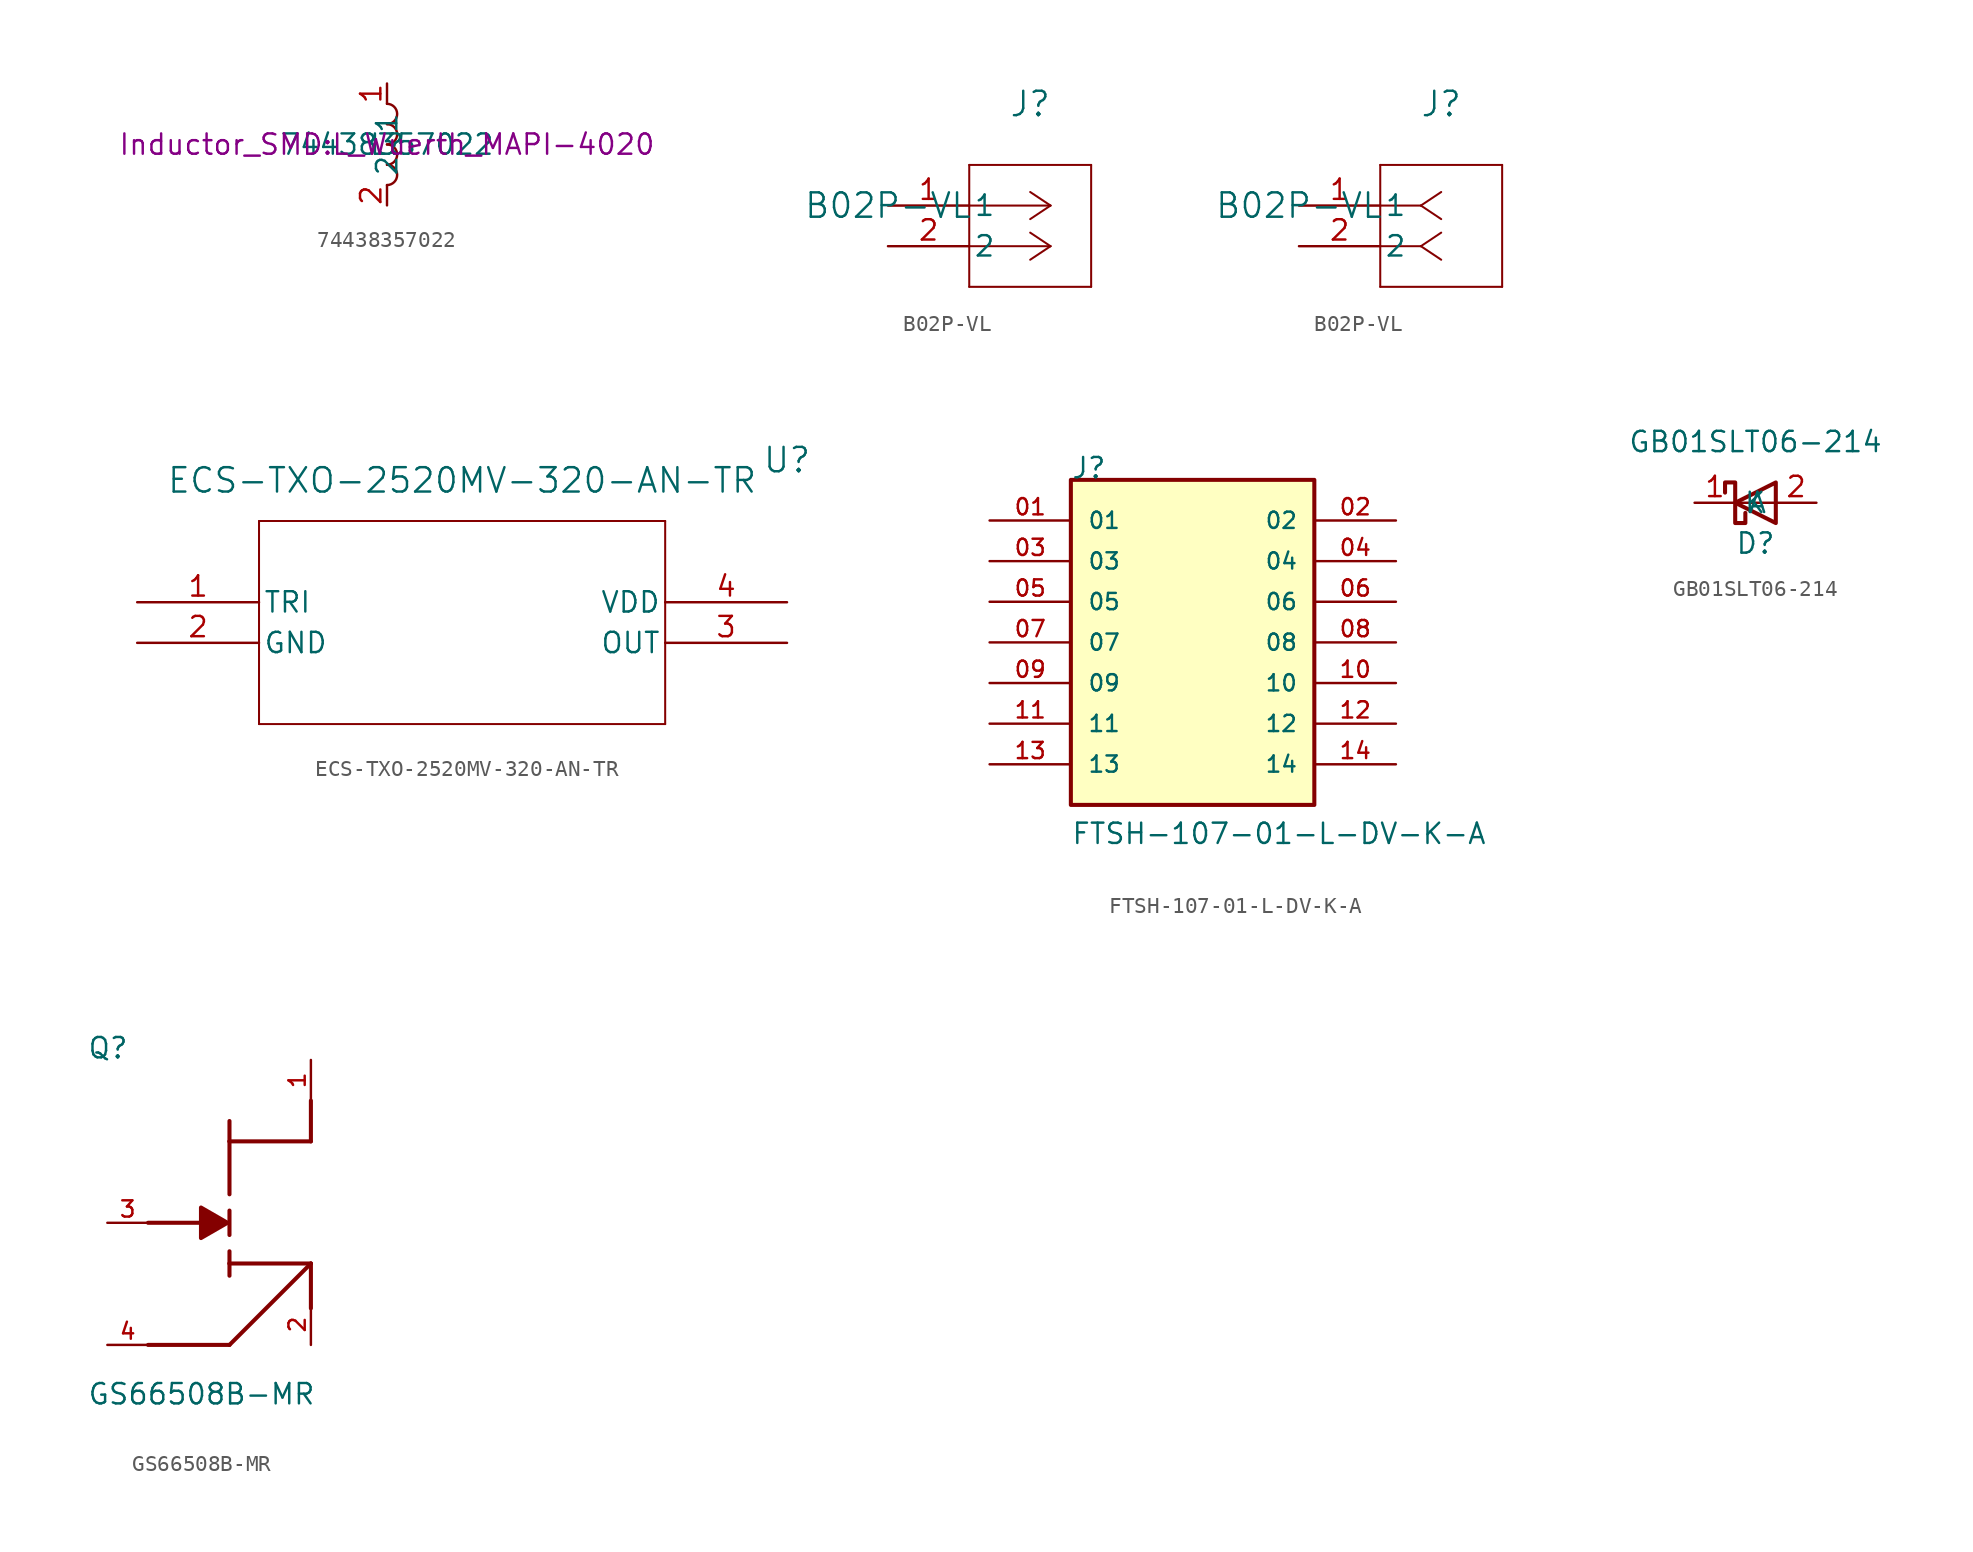
<source format=kicad_sym>
(kicad_symbol_lib
  (version 20220914)
  (generator kicad_symbol_editor)
  (symbol "74438357022"
    (property "Reference" "L"
      (at 0 0 0)
      (effects (font (size 1.27 1.27))))
    (property "Value" "74438357022"
      (at 0 0 0)
      (effects (font (size 1.27 1.27))))
    (property "Footprint" "Inductor_SMD:L_Wuerth_MAPI-4020"
      (at 0 0 0)
      (effects (font (size 1.27 1.27))))
    (symbol "74438357022_0_1"
      (arc (start 0 -2.54) (mid 0.6323 -1.905) (end 0 -1.27) (stroke (width 0) (type default)) (fill (type none)))
      (arc (start 0 -1.27) (mid 0.6323 -0.635) (end 0 0) (stroke (width 0) (type default)) (fill (type none)))
      (arc (start 0 0) (mid 0.6323 0.635) (end 0 1.27) (stroke (width 0) (type default)) (fill (type none)))
      (arc (start 0 1.27) (mid 0.6323 1.905) (end 0 2.54) (stroke (width 0) (type default)) (fill (type none))))
    (symbol "74438357022_1_1"
      (pin passive line (at 0 3.81 270) (length 1.27) (name "1" (effects (font (size 1.27 1.27)))) (number "1" (effects (font (size 1.27 1.27)))))
      (pin passive line (at 0 -3.81 90) (length 1.27) (name "2" (effects (font (size 1.27 1.27)))) (number "2" (effects (font (size 1.27 1.27)))))))
  (symbol "B02P-VL"
    (pin_names
      (offset 0.254))
    (property "Reference" "J"
      (at 8.89 6.35 0)
      (effects (font (size 1.524 1.524))))
    (property "Value" "B02P-VL"
      (at 0 0 0)
      (effects (font (size 1.524 1.524))))
    (property "ki_locked" ""
      (at 0 0 0)
      (effects (font (size 1.27 1.27))))
    (symbol "B02P-VL_1_1"
      (polyline (pts (xy 5.08 -5.08) (xy 12.7 -5.08)) (stroke (width 0.127) (type default)) (fill (type none)))
      (polyline (pts (xy 5.08 2.54) (xy 5.08 -5.08)) (stroke (width 0.127) (type default)) (fill (type none)))
      (polyline (pts (xy 10.16 -2.54) (xy 5.08 -2.54)) (stroke (width 0.127) (type default)) (fill (type none)))
      (polyline (pts (xy 10.16 -2.54) (xy 8.89 -3.387)) (stroke (width 0.127) (type default)) (fill (type none)))
      (polyline (pts (xy 10.16 -2.54) (xy 8.89 -1.693)) (stroke (width 0.127) (type default)) (fill (type none)))
      (polyline (pts (xy 10.16 0) (xy 5.08 0)) (stroke (width 0.127) (type default)) (fill (type none)))
      (polyline (pts (xy 10.16 0) (xy 8.89 -0.847)) (stroke (width 0.127) (type default)) (fill (type none)))
      (polyline (pts (xy 10.16 0) (xy 8.89 0.847)) (stroke (width 0.127) (type default)) (fill (type none)))
      (polyline (pts (xy 12.7 -5.08) (xy 12.7 2.54)) (stroke (width 0.127) (type default)) (fill (type none)))
      (polyline (pts (xy 12.7 2.54) (xy 5.08 2.54)) (stroke (width 0.127) (type default)) (fill (type none)))
      (pin unspecified line (at 0 0 0) (length 5.08) (name "1" (effects (font (size 1.27 1.27)))) (number "1" (effects (font (size 1.27 1.27)))))
      (pin unspecified line (at 0 -2.54 0) (length 5.08) (name "2" (effects (font (size 1.27 1.27)))) (number "2" (effects (font (size 1.27 1.27))))))
    (symbol "B02P-VL_1_2"
      (polyline (pts (xy 5.08 -5.08) (xy 12.7 -5.08)) (stroke (width 0.127) (type default)) (fill (type none)))
      (polyline (pts (xy 5.08 2.54) (xy 5.08 -5.08)) (stroke (width 0.127) (type default)) (fill (type none)))
      (polyline (pts (xy 7.62 -2.54) (xy 5.08 -2.54)) (stroke (width 0.127) (type default)) (fill (type none)))
      (polyline (pts (xy 7.62 -2.54) (xy 8.89 -3.387)) (stroke (width 0.127) (type default)) (fill (type none)))
      (polyline (pts (xy 7.62 -2.54) (xy 8.89 -1.693)) (stroke (width 0.127) (type default)) (fill (type none)))
      (polyline (pts (xy 7.62 0) (xy 5.08 0)) (stroke (width 0.127) (type default)) (fill (type none)))
      (polyline (pts (xy 7.62 0) (xy 8.89 -0.847)) (stroke (width 0.127) (type default)) (fill (type none)))
      (polyline (pts (xy 7.62 0) (xy 8.89 0.847)) (stroke (width 0.127) (type default)) (fill (type none)))
      (polyline (pts (xy 12.7 -5.08) (xy 12.7 2.54)) (stroke (width 0.127) (type default)) (fill (type none)))
      (polyline (pts (xy 12.7 2.54) (xy 5.08 2.54)) (stroke (width 0.127) (type default)) (fill (type none)))
      (pin unspecified line (at 0 0 0) (length 5.08) (name "1" (effects (font (size 1.27 1.27)))) (number "1" (effects (font (size 1.27 1.27)))))
      (pin unspecified line (at 0 -2.54 0) (length 5.08) (name "2" (effects (font (size 1.27 1.27)))) (number "2" (effects (font (size 1.27 1.27)))))))
  (symbol "ECS-TXO-2520MV-320-AN-TR"
    (pin_names
      (offset 0.254))
    (property "Reference" "U"
      (at 20.32 10.16 0)
      (effects (font (size 1.524 1.524))))
    (property "Value" "ECS-TXO-2520MV-320-AN-TR"
      (at 0 8.89 0)
      (effects (font (size 1.524 1.524))))
    (property "ki_locked" ""
      (at 0 0 0)
      (effects (font (size 1.27 1.27))))
    (symbol "ECS-TXO-2520MV-320-AN-TR_0_1"
      (polyline (pts (xy -12.7 -6.35) (xy 12.7 -6.35)) (stroke (width 0.127) (type default)) (fill (type none)))
      (polyline (pts (xy -12.7 6.35) (xy -12.7 -6.35)) (stroke (width 0.127) (type default)) (fill (type none)))
      (polyline (pts (xy 12.7 -6.35) (xy 12.7 6.35)) (stroke (width 0.127) (type default)) (fill (type none)))
      (polyline (pts (xy 12.7 6.35) (xy -12.7 6.35)) (stroke (width 0.127) (type default)) (fill (type none))))
    (symbol "ECS-TXO-2520MV-320-AN-TR_1_1"
      (pin unspecified line (at -20.32 1.27 0) (length 7.62) (name "TRI" (effects (font (size 1.27 1.27)))) (number "1" (effects (font (size 1.27 1.27)))))
      (pin unspecified line (at -20.32 -1.27 0) (length 7.62) (name "GND" (effects (font (size 1.27 1.27)))) (number "2" (effects (font (size 1.27 1.27)))))
      (pin unspecified line (at 20.32 -1.27 180) (length 7.62) (name "OUT" (effects (font (size 1.27 1.27)))) (number "3" (effects (font (size 1.27 1.27)))))
      (pin unspecified line (at 20.32 1.27 180) (length 7.62) (name "VDD" (effects (font (size 1.27 1.27)))) (number "4" (effects (font (size 1.27 1.27)))))))
  (symbol "FTSH-107-01-L-DV-K-A"
    (pin_names
      (offset 1.016))
    (property "Reference" "J"
      (at -7.62 10.16 0)
      (effects (font (size 1.27 1.27)) (justify left bottom)))
    (property "Value" "FTSH-107-01-L-DV-K-A"
      (at -7.62 -12.7 0)
      (effects (font (size 1.27 1.27)) (justify left bottom)))
    (symbol "FTSH-107-01-L-DV-K-A_0_0"
      (rectangle (start -7.62 -10.16) (end 7.6 10.16) (stroke (width 0.254) (type default)) (fill (type background)))
      (pin passive line (at -12.7 7.62 0) (length 5.08) (name "01" (effects (font (size 1.016 1.016)))) (number "01" (effects (font (size 1.016 1.016)))))
      (pin passive line (at 12.7 7.62 180) (length 5.08) (name "02" (effects (font (size 1.016 1.016)))) (number "02" (effects (font (size 1.016 1.016)))))
      (pin passive line (at -12.7 5.08 0) (length 5.08) (name "03" (effects (font (size 1.016 1.016)))) (number "03" (effects (font (size 1.016 1.016)))))
      (pin passive line (at 12.7 5.08 180) (length 5.08) (name "04" (effects (font (size 1.016 1.016)))) (number "04" (effects (font (size 1.016 1.016)))))
      (pin passive line (at -12.7 2.54 0) (length 5.08) (name "05" (effects (font (size 1.016 1.016)))) (number "05" (effects (font (size 1.016 1.016)))))
      (pin passive line (at 12.7 2.54 180) (length 5.08) (name "06" (effects (font (size 1.016 1.016)))) (number "06" (effects (font (size 1.016 1.016)))))
      (pin passive line (at -12.7 0 0) (length 5.08) (name "07" (effects (font (size 1.016 1.016)))) (number "07" (effects (font (size 1.016 1.016)))))
      (pin passive line (at 12.7 0 180) (length 5.08) (name "08" (effects (font (size 1.016 1.016)))) (number "08" (effects (font (size 1.016 1.016)))))
      (pin passive line (at -12.7 -2.54 0) (length 5.08) (name "09" (effects (font (size 1.016 1.016)))) (number "09" (effects (font (size 1.016 1.016)))))
      (pin passive line (at 12.7 -2.54 180) (length 5.08) (name "10" (effects (font (size 1.016 1.016)))) (number "10" (effects (font (size 1.016 1.016)))))
      (pin passive line (at -12.7 -5.08 0) (length 5.08) (name "11" (effects (font (size 1.016 1.016)))) (number "11" (effects (font (size 1.016 1.016)))))
      (pin passive line (at 12.7 -5.08 180) (length 5.08) (name "12" (effects (font (size 1.016 1.016)))) (number "12" (effects (font (size 1.016 1.016)))))
      (pin passive line (at -12.7 -7.62 0) (length 5.08) (name "13" (effects (font (size 1.016 1.016)))) (number "13" (effects (font (size 1.016 1.016)))))
      (pin passive line (at 12.7 -7.62 180) (length 5.08) (name "14" (effects (font (size 1.016 1.016)))) (number "14" (effects (font (size 1.016 1.016)))))))
  (symbol "GB01SLT06-214"
    (property "Reference" "D"
      (at 0 -2.54 0)
      (effects (font (size 1.27 1.27))))
    (property "Value" "GB01SLT06-214"
      (at 0 3.81 0)
      (effects (font (size 1.27 1.27))))
    (symbol "GB01SLT06-214_0_1"
      (polyline (pts (xy 1.27 0) (xy -1.27 0)) (stroke (width 0) (type default)) (fill (type none)))
      (polyline (pts (xy 1.27 1.27) (xy 1.27 -1.27) (xy -1.27 0) (xy 1.27 1.27)) (stroke (width 0.254) (type default)) (fill (type none)))
      (polyline (pts (xy -1.905 0.635) (xy -1.905 1.27) (xy -1.27 1.27) (xy -1.27 -1.27) (xy -0.635 -1.27) (xy -0.635 -0.635)) (stroke (width 0.254) (type default)) (fill (type none))))
    (symbol "GB01SLT06-214_1_1"
      (pin passive line (at -3.81 0 0) (length 2.54) (name "K" (effects (font (size 1.27 1.27)))) (number "1" (effects (font (size 1.27 1.27)))))
      (pin passive line (at 3.81 0 180) (length 2.54) (name "A" (effects (font (size 1.27 1.27)))) (number "2" (effects (font (size 1.27 1.27)))))))
  (symbol "GS66508B-MR"
    (pin_names
      (offset 1.016))
    (property "Reference" "Q"
      (at -8.89 10.16 0)
      (effects (font (size 1.27 1.27)) (justify left bottom)))
    (property "Value" "GS66508B-MR"
      (at -8.89 -11.43 0)
      (effects (font (size 1.27 1.27)) (justify left bottom)))
    (symbol "GS66508B-MR_0_0"
      (polyline (pts (xy -5.08 -7.62) (xy 0 -7.62)) (stroke (width 0.254) (type default)) (fill (type none)))
      (polyline (pts (xy -0.635 0) (xy -5.08 0)) (stroke (width 0.254) (type default)) (fill (type none)))
      (polyline (pts (xy 0 -7.62) (xy 5.08 -2.54)) (stroke (width 0.254) (type default)) (fill (type none)))
      (polyline (pts (xy 0 -2.54) (xy 0 -3.302)) (stroke (width 0.254) (type default)) (fill (type none)))
      (polyline (pts (xy 0 -2.54) (xy 5.08 -2.54)) (stroke (width 0.254) (type default)) (fill (type none)))
      (polyline (pts (xy 0 -1.778) (xy 0 -2.54)) (stroke (width 0.254) (type default)) (fill (type none)))
      (polyline (pts (xy 0 -0.762) (xy 0 0.762)) (stroke (width 0.254) (type default)) (fill (type none)))
      (polyline (pts (xy 0 1.778) (xy 0 5.08)) (stroke (width 0.254) (type default)) (fill (type none)))
      (polyline (pts (xy 0 5.08) (xy 0 6.35)) (stroke (width 0.254) (type default)) (fill (type none)))
      (polyline (pts (xy 0 5.08) (xy 5.08 5.08)) (stroke (width 0.254) (type default)) (fill (type none)))
      (polyline (pts (xy 5.08 -2.54) (xy 5.08 -5.334)) (stroke (width 0.254) (type default)) (fill (type none)))
      (polyline (pts (xy 5.08 5.08) (xy 5.08 7.62)) (stroke (width 0.254) (type default)) (fill (type none)))
      (polyline (pts (xy -0.127 0) (xy -1.778 0.953) (xy -1.778 -0.953) (xy -0.127 0)) (stroke (width 0.254) (type default)) (fill (type outline)))
      (pin passive line (at 5.08 10.16 270) (length 2.54) (name "~" (effects (font (size 1.016 1.016)))) (number "1" (effects (font (size 1.016 1.016)))))
      (pin passive line (at 5.08 -7.62 90) (length 2.54) (name "~" (effects (font (size 1.016 1.016)))) (number "2" (effects (font (size 1.016 1.016)))))
      (pin passive line (at -7.62 0 0) (length 2.54) (name "~" (effects (font (size 1.016 1.016)))) (number "3" (effects (font (size 1.016 1.016)))))
      (pin passive line (at -7.62 -7.62 0) (length 2.54) (name "~" (effects (font (size 1.016 1.016)))) (number "4" (effects (font (size 1.016 1.016))))))))
</source>
